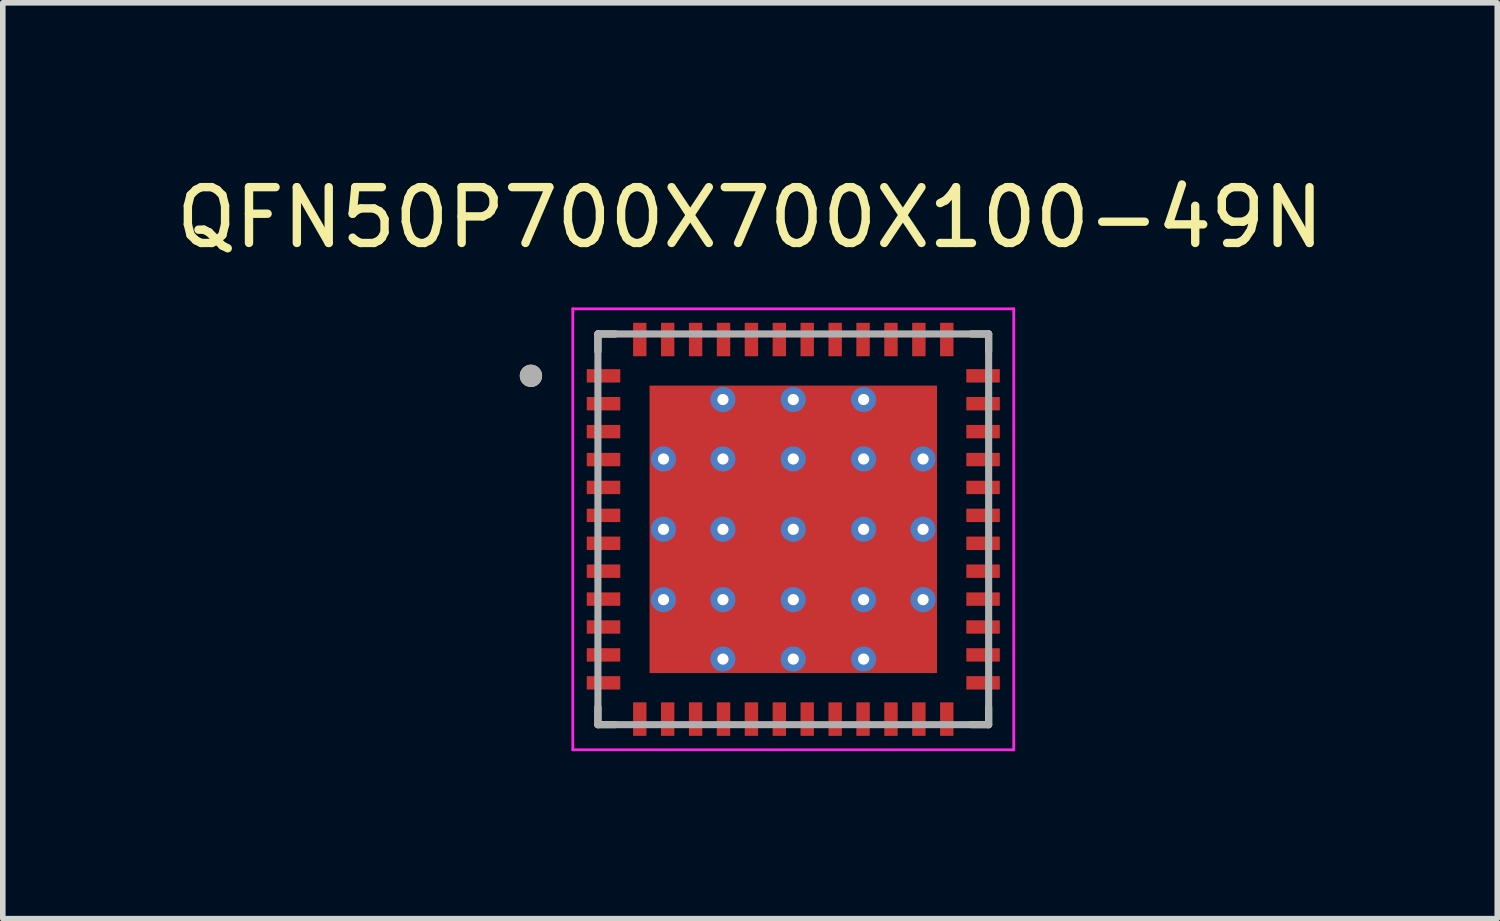
<source format=kicad_pcb>
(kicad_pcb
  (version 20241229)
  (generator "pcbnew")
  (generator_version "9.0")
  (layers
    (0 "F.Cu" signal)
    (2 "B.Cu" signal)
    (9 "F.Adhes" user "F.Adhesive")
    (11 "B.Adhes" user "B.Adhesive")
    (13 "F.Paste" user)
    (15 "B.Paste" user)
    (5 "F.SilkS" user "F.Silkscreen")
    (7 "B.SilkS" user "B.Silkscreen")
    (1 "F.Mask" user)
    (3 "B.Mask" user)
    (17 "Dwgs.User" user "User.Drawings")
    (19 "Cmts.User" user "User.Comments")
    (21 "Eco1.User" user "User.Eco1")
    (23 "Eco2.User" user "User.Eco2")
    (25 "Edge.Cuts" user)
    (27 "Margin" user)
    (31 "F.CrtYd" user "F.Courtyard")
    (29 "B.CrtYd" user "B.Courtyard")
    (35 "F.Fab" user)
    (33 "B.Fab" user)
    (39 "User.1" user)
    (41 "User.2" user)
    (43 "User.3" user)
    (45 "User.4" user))
  (footprint "QFN50P700X700X100-49N"
    (layer "F.Cu")
    (at 11.162 6.433)
    (property "Reference" "QFN50P700X700X100-49N" (at -0.775 -5.585 0) (layer "F.SilkS") (effects (font (size 1 1) (thickness 0.15))))
    (attr through_hole)
    (fp_line (start -3.5 -3.19) (end -3.5 -3.5) (stroke (width 0.127) (type solid)) (layer "F.SilkS"))
    (fp_line (start -3.5 3.5) (end -3.5 3.19) (stroke (width 0.127) (type solid)) (layer "F.SilkS"))
    (fp_line (start -3.19 -3.5) (end -3.5 -3.5) (stroke (width 0.127) (type solid)) (layer "F.SilkS"))
    (fp_line (start -3.19 3.5) (end -3.5 3.5) (stroke (width 0.127) (type solid)) (layer "F.SilkS"))
    (fp_line (start 3.5 -3.5) (end 3.19 -3.5) (stroke (width 0.127) (type solid)) (layer "F.SilkS"))
    (fp_line (start 3.5 -3.19) (end 3.5 -3.5) (stroke (width 0.127) (type solid)) (layer "F.SilkS"))
    (fp_line (start 3.5 3.5) (end 3.19 3.5) (stroke (width 0.127) (type solid)) (layer "F.SilkS"))
    (fp_line (start 3.5 3.5) (end 3.5 3.19) (stroke (width 0.127) (type solid)) (layer "F.SilkS"))
    (fp_circle (center -4.7 -2.75) (end -4.6 -2.75) (stroke (width 0.2) (type solid)) (fill no) (layer "F.SilkS"))
    (fp_poly (pts (xy -2.42 -2.42) (xy -1.36 -2.42) (xy -1.36 -1.36) (xy -2.42 -1.36)) (stroke (width 0.01) (type solid)) (fill yes) (layer "F.Paste"))
    (fp_poly (pts (xy -2.42 -1.16) (xy -1.36 -1.16) (xy -1.36 -0.1) (xy -2.42 -0.1)) (stroke (width 0.01) (type solid)) (fill yes) (layer "F.Paste"))
    (fp_poly (pts (xy -2.42 0.1) (xy -1.36 0.1) (xy -1.36 1.16) (xy -2.42 1.16)) (stroke (width 0.01) (type solid)) (fill yes) (layer "F.Paste"))
    (fp_poly (pts (xy -2.42 1.36) (xy -1.36 1.36) (xy -1.36 2.42) (xy -2.42 2.42)) (stroke (width 0.01) (type solid)) (fill yes) (layer "F.Paste"))
    (fp_poly (pts (xy -1.16 -2.42) (xy -0.1 -2.42) (xy -0.1 -1.36) (xy -1.16 -1.36)) (stroke (width 0.01) (type solid)) (fill yes) (layer "F.Paste"))
    (fp_poly (pts (xy -1.16 -1.16) (xy -0.1 -1.16) (xy -0.1 -0.1) (xy -1.16 -0.1)) (stroke (width 0.01) (type solid)) (fill yes) (layer "F.Paste"))
    (fp_poly (pts (xy -1.16 0.1) (xy -0.1 0.1) (xy -0.1 1.16) (xy -1.16 1.16)) (stroke (width 0.01) (type solid)) (fill yes) (layer "F.Paste"))
    (fp_poly (pts (xy -1.16 1.36) (xy -0.1 1.36) (xy -0.1 2.42) (xy -1.16 2.42)) (stroke (width 0.01) (type solid)) (fill yes) (layer "F.Paste"))
    (fp_poly (pts (xy 0.1 -2.42) (xy 1.16 -2.42) (xy 1.16 -1.36) (xy 0.1 -1.36)) (stroke (width 0.01) (type solid)) (fill yes) (layer "F.Paste"))
    (fp_poly (pts (xy 0.1 -1.16) (xy 1.16 -1.16) (xy 1.16 -0.1) (xy 0.1 -0.1)) (stroke (width 0.01) (type solid)) (fill yes) (layer "F.Paste"))
    (fp_poly (pts (xy 0.1 0.1) (xy 1.16 0.1) (xy 1.16 1.16) (xy 0.1 1.16)) (stroke (width 0.01) (type solid)) (fill yes) (layer "F.Paste"))
    (fp_poly (pts (xy 0.1 1.36) (xy 1.16 1.36) (xy 1.16 2.42) (xy 0.1 2.42)) (stroke (width 0.01) (type solid)) (fill yes) (layer "F.Paste"))
    (fp_poly (pts (xy 1.36 -2.42) (xy 2.42 -2.42) (xy 2.42 -1.36) (xy 1.36 -1.36)) (stroke (width 0.01) (type solid)) (fill yes) (layer "F.Paste"))
    (fp_poly (pts (xy 1.36 -1.16) (xy 2.42 -1.16) (xy 2.42 -0.1) (xy 1.36 -0.1)) (stroke (width 0.01) (type solid)) (fill yes) (layer "F.Paste"))
    (fp_poly (pts (xy 1.36 0.1) (xy 2.42 0.1) (xy 2.42 1.16) (xy 1.36 1.16)) (stroke (width 0.01) (type solid)) (fill yes) (layer "F.Paste"))
    (fp_poly (pts (xy 1.36 1.36) (xy 2.42 1.36) (xy 2.42 2.42) (xy 1.36 2.42)) (stroke (width 0.01) (type solid)) (fill yes) (layer "F.Paste"))
    (fp_line (start -3.95 -3.95) (end -3.95 3.95) (stroke (width 0.05) (type solid)) (layer "F.CrtYd"))
    (fp_line (start -3.95 3.95) (end 3.95 3.95) (stroke (width 0.05) (type solid)) (layer "F.CrtYd"))
    (fp_line (start 3.95 -3.95) (end -3.95 -3.95) (stroke (width 0.05) (type solid)) (layer "F.CrtYd"))
    (fp_line (start 3.95 3.95) (end 3.95 -3.95) (stroke (width 0.05) (type solid)) (layer "F.CrtYd"))
    (fp_line (start -3.5 3.5) (end -3.5 -3.5) (stroke (width 0.127) (type solid)) (layer "F.Fab"))
    (fp_line (start 3.5 -3.5) (end -3.5 -3.5) (stroke (width 0.127) (type solid)) (layer "F.Fab"))
    (fp_line (start 3.5 3.5) (end -3.5 3.5) (stroke (width 0.127) (type solid)) (layer "F.Fab"))
    (fp_line (start 3.5 3.5) (end 3.5 -3.5) (stroke (width 0.127) (type solid)) (layer "F.Fab"))
    (fp_circle (center -4.7 -2.75) (end -4.6 -2.75) (stroke (width 0.2) (type solid)) (fill no) (layer "F.Fab"))
    (pad "1" smd roundrect (at -3.4 -2.75) (size 0.6 0.24) (layers "F.Cu" "F.Mask" "F.Paste") (roundrect_rratio 0.03))
    (pad "2" smd roundrect (at -3.4 -2.25) (size 0.6 0.24) (layers "F.Cu" "F.Mask" "F.Paste") (roundrect_rratio 0.03))
    (pad "3" smd roundrect (at -3.4 -1.75) (size 0.6 0.24) (layers "F.Cu" "F.Mask" "F.Paste") (roundrect_rratio 0.03))
    (pad "4" smd roundrect (at -3.4 -1.25) (size 0.6 0.24) (layers "F.Cu" "F.Mask" "F.Paste") (roundrect_rratio 0.03))
    (pad "5" smd roundrect (at -3.4 -0.75) (size 0.6 0.24) (layers "F.Cu" "F.Mask" "F.Paste") (roundrect_rratio 0.03))
    (pad "6" smd roundrect (at -3.4 -0.25) (size 0.6 0.24) (layers "F.Cu" "F.Mask" "F.Paste") (roundrect_rratio 0.03))
    (pad "7" smd roundrect (at -3.4 0.25) (size 0.6 0.24) (layers "F.Cu" "F.Mask" "F.Paste") (roundrect_rratio 0.03))
    (pad "8" smd roundrect (at -3.4 0.75) (size 0.6 0.24) (layers "F.Cu" "F.Mask" "F.Paste") (roundrect_rratio 0.03))
    (pad "9" smd roundrect (at -3.4 1.25) (size 0.6 0.24) (layers "F.Cu" "F.Mask" "F.Paste") (roundrect_rratio 0.03))
    (pad "10" smd roundrect (at -3.4 1.75) (size 0.6 0.24) (layers "F.Cu" "F.Mask" "F.Paste") (roundrect_rratio 0.03))
    (pad "11" smd roundrect (at -3.4 2.25) (size 0.6 0.24) (layers "F.Cu" "F.Mask" "F.Paste") (roundrect_rratio 0.03))
    (pad "12" smd roundrect (at -3.4 2.75) (size 0.6 0.24) (layers "F.Cu" "F.Mask" "F.Paste") (roundrect_rratio 0.03))
    (pad "13" smd roundrect (at -2.75 3.4 90) (size 0.6 0.24) (layers "F.Cu" "F.Mask" "F.Paste") (roundrect_rratio 0.03))
    (pad "14" smd roundrect (at -2.25 3.4 90) (size 0.6 0.24) (layers "F.Cu" "F.Mask" "F.Paste") (roundrect_rratio 0.03))
    (pad "15" smd roundrect (at -1.75 3.4 90) (size 0.6 0.24) (layers "F.Cu" "F.Mask" "F.Paste") (roundrect_rratio 0.03))
    (pad "16" smd roundrect (at -1.25 3.4 90) (size 0.6 0.24) (layers "F.Cu" "F.Mask" "F.Paste") (roundrect_rratio 0.03))
    (pad "17" smd roundrect (at -0.75 3.4 90) (size 0.6 0.24) (layers "F.Cu" "F.Mask" "F.Paste") (roundrect_rratio 0.03))
    (pad "18" smd roundrect (at -0.25 3.4 90) (size 0.6 0.24) (layers "F.Cu" "F.Mask" "F.Paste") (roundrect_rratio 0.03))
    (pad "19" smd roundrect (at 0.25 3.4 90) (size 0.6 0.24) (layers "F.Cu" "F.Mask" "F.Paste") (roundrect_rratio 0.03))
    (pad "20" smd roundrect (at 0.75 3.4 90) (size 0.6 0.24) (layers "F.Cu" "F.Mask" "F.Paste") (roundrect_rratio 0.03))
    (pad "21" smd roundrect (at 1.25 3.4 90) (size 0.6 0.24) (layers "F.Cu" "F.Mask" "F.Paste") (roundrect_rratio 0.03))
    (pad "22" smd roundrect (at 1.75 3.4 90) (size 0.6 0.24) (layers "F.Cu" "F.Mask" "F.Paste") (roundrect_rratio 0.03))
    (pad "23" smd roundrect (at 2.25 3.4 90) (size 0.6 0.24) (layers "F.Cu" "F.Mask" "F.Paste") (roundrect_rratio 0.03))
    (pad "24" smd roundrect (at 2.75 3.4 90) (size 0.6 0.24) (layers "F.Cu" "F.Mask" "F.Paste") (roundrect_rratio 0.03))
    (pad "25" smd roundrect (at 3.4 2.75) (size 0.6 0.24) (layers "F.Cu" "F.Mask" "F.Paste") (roundrect_rratio 0.03))
    (pad "26" smd roundrect (at 3.4 2.25) (size 0.6 0.24) (layers "F.Cu" "F.Mask" "F.Paste") (roundrect_rratio 0.03))
    (pad "27" smd roundrect (at 3.4 1.75) (size 0.6 0.24) (layers "F.Cu" "F.Mask" "F.Paste") (roundrect_rratio 0.03))
    (pad "28" smd roundrect (at 3.4 1.25) (size 0.6 0.24) (layers "F.Cu" "F.Mask" "F.Paste") (roundrect_rratio 0.03))
    (pad "29" smd roundrect (at 3.4 0.75) (size 0.6 0.24) (layers "F.Cu" "F.Mask" "F.Paste") (roundrect_rratio 0.03))
    (pad "30" smd roundrect (at 3.4 0.25) (size 0.6 0.24) (layers "F.Cu" "F.Mask" "F.Paste") (roundrect_rratio 0.03))
    (pad "31" smd roundrect (at 3.4 -0.25) (size 0.6 0.24) (layers "F.Cu" "F.Mask" "F.Paste") (roundrect_rratio 0.03))
    (pad "32" smd roundrect (at 3.4 -0.75) (size 0.6 0.24) (layers "F.Cu" "F.Mask" "F.Paste") (roundrect_rratio 0.03))
    (pad "33" smd roundrect (at 3.4 -1.25) (size 0.6 0.24) (layers "F.Cu" "F.Mask" "F.Paste") (roundrect_rratio 0.03))
    (pad "34" smd roundrect (at 3.4 -1.75) (size 0.6 0.24) (layers "F.Cu" "F.Mask" "F.Paste") (roundrect_rratio 0.03))
    (pad "35" smd roundrect (at 3.4 -2.25) (size 0.6 0.24) (layers "F.Cu" "F.Mask" "F.Paste") (roundrect_rratio 0.03))
    (pad "36" smd roundrect (at 3.4 -2.75) (size 0.6 0.24) (layers "F.Cu" "F.Mask" "F.Paste") (roundrect_rratio 0.03))
    (pad "37" smd roundrect (at 2.75 -3.4 90) (size 0.6 0.24) (layers "F.Cu" "F.Mask" "F.Paste") (roundrect_rratio 0.03))
    (pad "38" smd roundrect (at 2.25 -3.4 90) (size 0.6 0.24) (layers "F.Cu" "F.Mask" "F.Paste") (roundrect_rratio 0.03))
    (pad "39" smd roundrect (at 1.75 -3.4 90) (size 0.6 0.24) (layers "F.Cu" "F.Mask" "F.Paste") (roundrect_rratio 0.03))
    (pad "40" smd roundrect (at 1.25 -3.4 90) (size 0.6 0.24) (layers "F.Cu" "F.Mask" "F.Paste") (roundrect_rratio 0.03))
    (pad "41" smd roundrect (at 0.75 -3.4 90) (size 0.6 0.24) (layers "F.Cu" "F.Mask" "F.Paste") (roundrect_rratio 0.03))
    (pad "42" smd roundrect (at 0.25 -3.4 90) (size 0.6 0.24) (layers "F.Cu" "F.Mask" "F.Paste") (roundrect_rratio 0.03))
    (pad "43" smd roundrect (at -0.25 -3.4 90) (size 0.6 0.24) (layers "F.Cu" "F.Mask" "F.Paste") (roundrect_rratio 0.03))
    (pad "44" smd roundrect (at -0.75 -3.4 90) (size 0.6 0.24) (layers "F.Cu" "F.Mask" "F.Paste") (roundrect_rratio 0.03))
    (pad "45" smd roundrect (at -1.25 -3.4 90) (size 0.6 0.24) (layers "F.Cu" "F.Mask" "F.Paste") (roundrect_rratio 0.03))
    (pad "46" smd roundrect (at -1.75 -3.4 90) (size 0.6 0.24) (layers "F.Cu" "F.Mask" "F.Paste") (roundrect_rratio 0.03))
    (pad "47" smd roundrect (at -2.25 -3.4 90) (size 0.6 0.24) (layers "F.Cu" "F.Mask" "F.Paste") (roundrect_rratio 0.03))
    (pad "48" smd roundrect (at -2.75 -3.4 90) (size 0.6 0.24) (layers "F.Cu" "F.Mask" "F.Paste") (roundrect_rratio 0.03))
    (pad "49" smd rect (at 0 0) (size 5.15 5.15) (layers "F.Cu" "F.Mask"))
    (pad "V49_1" thru_hole circle (at 0 0) (size 0.45 0.45) (drill 0.2) (layers "*.Cu"))
    (pad "V49_2" thru_hole circle (at 0 -1.26) (size 0.45 0.45) (drill 0.2) (layers "*.Cu"))
    (pad "V49_3" thru_hole circle (at 1.26 -1.26) (size 0.45 0.45) (drill 0.2) (layers "*.Cu"))
    (pad "V49_4" thru_hole circle (at 1.26 0) (size 0.45 0.45) (drill 0.2) (layers "*.Cu"))
    (pad "V49_5" thru_hole circle (at 1.26 1.26) (size 0.45 0.45) (drill 0.2) (layers "*.Cu"))
    (pad "V49_6" thru_hole circle (at -1.26 -1.26) (size 0.45 0.45) (drill 0.2) (layers "*.Cu"))
    (pad "V49_7" thru_hole circle (at -1.26 0) (size 0.45 0.45) (drill 0.2) (layers "*.Cu"))
    (pad "V49_8" thru_hole circle (at -1.26 1.26) (size 0.45 0.45) (drill 0.2) (layers "*.Cu"))
    (pad "V49_9" thru_hole circle (at 0 1.26) (size 0.45 0.45) (drill 0.2) (layers "*.Cu"))
    (pad "V49_10" thru_hole circle (at 0 -2.325) (size 0.45 0.45) (drill 0.2) (layers "*.Cu"))
    (pad "V49_11" thru_hole circle (at 1.26 -2.325) (size 0.45 0.45) (drill 0.2) (layers "*.Cu"))
    (pad "V49_12" thru_hole circle (at 1.26 2.325) (size 0.45 0.45) (drill 0.2) (layers "*.Cu"))
    (pad "V49_13" thru_hole circle (at 0 2.325) (size 0.45 0.45) (drill 0.2) (layers "*.Cu"))
    (pad "V49_14" thru_hole circle (at -1.26 2.325) (size 0.45 0.45) (drill 0.2) (layers "*.Cu"))
    (pad "V49_15" thru_hole circle (at 2.325 -1.26) (size 0.45 0.45) (drill 0.2) (layers "*.Cu"))
    (pad "V49_16" thru_hole circle (at 2.325 0) (size 0.45 0.45) (drill 0.2) (layers "*.Cu"))
    (pad "V49_17" thru_hole circle (at 2.325 1.26) (size 0.45 0.45) (drill 0.2) (layers "*.Cu"))
    (pad "V49_18" thru_hole circle (at -2.325 -1.26) (size 0.45 0.45) (drill 0.2) (layers "*.Cu"))
    (pad "V49_19" thru_hole circle (at -2.325 0) (size 0.45 0.45) (drill 0.2) (layers "*.Cu"))
    (pad "V49_20" thru_hole circle (at -2.325 1.26) (size 0.45 0.45) (drill 0.2) (layers "*.Cu"))
    (pad "V49_21" thru_hole circle (at -1.26 -2.325) (size 0.45 0.45) (drill 0.2) (layers "*.Cu")))
  (gr_rect
    (start -3 -3)
    (end 23.774 13.408)
    (stroke (width 0.1) (type default))
    (fill no)
    (layer "Edge.Cuts")))
</source>
